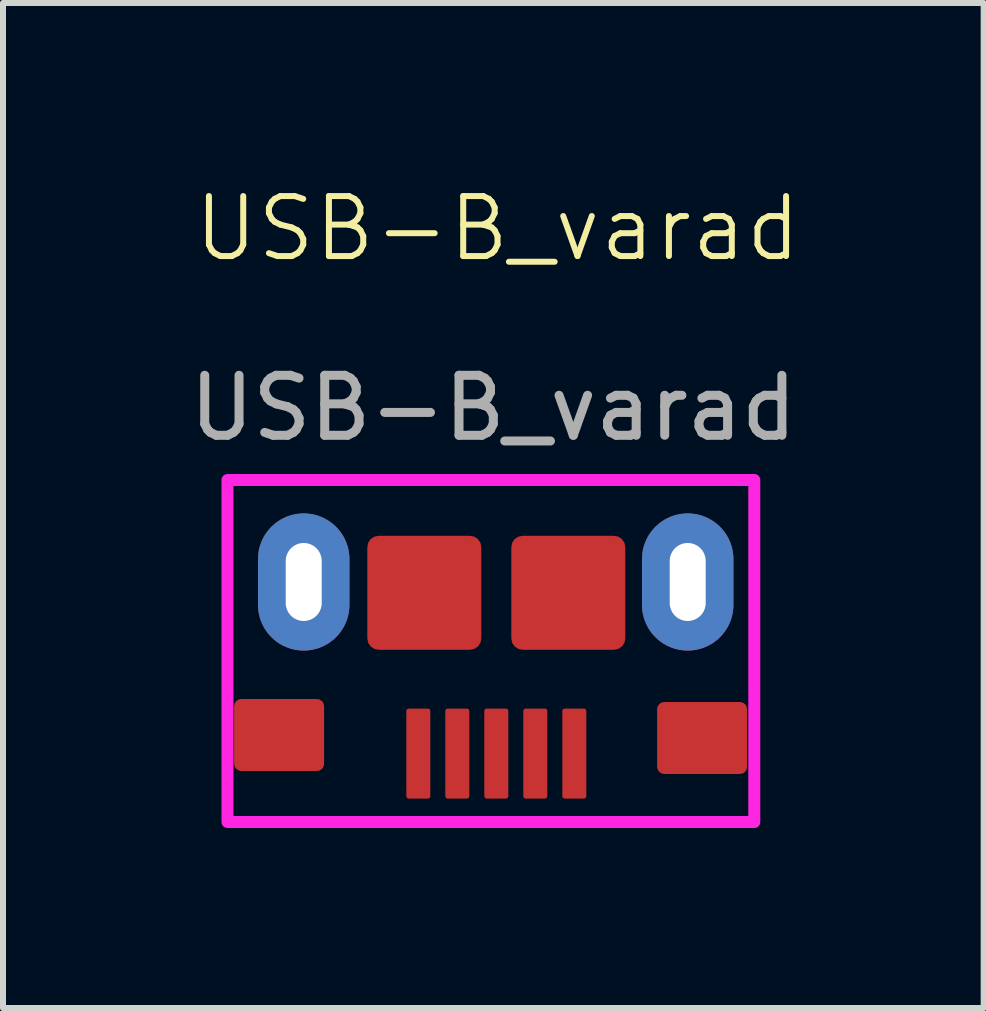
<source format=kicad_pcb>
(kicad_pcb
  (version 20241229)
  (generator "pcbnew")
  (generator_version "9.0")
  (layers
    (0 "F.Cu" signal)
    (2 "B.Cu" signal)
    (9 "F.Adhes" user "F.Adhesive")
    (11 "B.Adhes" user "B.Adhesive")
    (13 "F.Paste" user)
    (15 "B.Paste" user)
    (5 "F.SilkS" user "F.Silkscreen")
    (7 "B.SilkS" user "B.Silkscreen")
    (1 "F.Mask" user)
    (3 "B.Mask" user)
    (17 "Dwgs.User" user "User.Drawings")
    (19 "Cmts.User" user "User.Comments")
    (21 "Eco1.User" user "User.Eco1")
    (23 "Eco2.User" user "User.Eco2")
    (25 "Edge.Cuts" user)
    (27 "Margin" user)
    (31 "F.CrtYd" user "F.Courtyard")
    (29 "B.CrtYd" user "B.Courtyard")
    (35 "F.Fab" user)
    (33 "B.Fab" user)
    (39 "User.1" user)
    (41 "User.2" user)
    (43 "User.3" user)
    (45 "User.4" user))
  (footprint "USB-B_varad"
    (layer "F.Cu")
    (at 5.242 1.26)
    (property "Reference" "USB-B_varad" (at 0 -0.5 0) (unlocked yes) (layer "F.SilkS") (effects (font (size 1 1) (thickness 0.1))))
    (attr smd)
    (fp_rect (start -4.5 3.69) (end 4.28 9.39) (stroke (width 0.2) (type default)) (fill no) (layer "F.CrtYd"))
    (fp_text user "${REFERENCE}" (at -0.07 2.49 0) (unlocked yes) (layer "F.Fab") (effects (font (size 1 1) (thickness 0.15))))
    (pad "1" smd roundrect (at 1.28 8.25 180) (size 0.4 1.5) (layers "F.Cu" "F.Mask" "F.Paste") (roundrect_rratio 0.1))
    (pad "2" smd roundrect (at 0.63 8.25 180) (size 0.4 1.5) (layers "F.Cu" "F.Mask" "F.Paste") (roundrect_rratio 0.1))
    (pad "3" smd roundrect (at -0.02 8.25 180) (size 0.4 1.5) (layers "F.Cu" "F.Mask" "F.Paste") (roundrect_rratio 0.1))
    (pad "4" smd roundrect (at -0.67 8.25 180) (size 0.4 1.5) (layers "F.Cu" "F.Mask" "F.Paste") (roundrect_rratio 0.1))
    (pad "5" smd roundrect (at -1.32 8.25 180) (size 0.4 1.5) (layers "F.Cu" "F.Mask" "F.Paste") (roundrect_rratio 0.1))
    (pad "6" smd roundrect (at 3.41 7.99 180) (size 1.5 1.2) (layers "F.Cu" "F.Mask" "F.Paste") (roundrect_rratio 0.1))
    (pad "7" smd roundrect (at -3.64 7.94 180) (size 1.5 1.2) (layers "F.Cu" "F.Mask" "F.Paste") (roundrect_rratio 0.1))
    (pad "8" smd roundrect (at 1.18 5.57 90) (size 1.9 1.9) (layers "F.Cu" "F.Mask" "F.Paste") (roundrect_rratio 0.1))
    (pad "9" smd roundrect (at -1.22 5.57 90) (size 1.9 1.9) (layers "F.Cu" "F.Mask" "F.Paste") (roundrect_rratio 0.1))
    (pad "10" thru_hole oval (at -3.23 5.39 90) (size 2.286 1.524) (drill oval 1.3 0.6) (layers "*.Cu" "*.Mask"))
    (pad "10" thru_hole oval (at 3.17 5.39 90) (size 2.286 1.524) (drill oval 1.3 0.6) (layers "*.Cu" "*.Mask")))
  (gr_rect
    (start -3 -3)
    (end 13.345 13.751)
    (stroke (width 0.1) (type default))
    (fill no)
    (layer "Edge.Cuts")))
</source>
